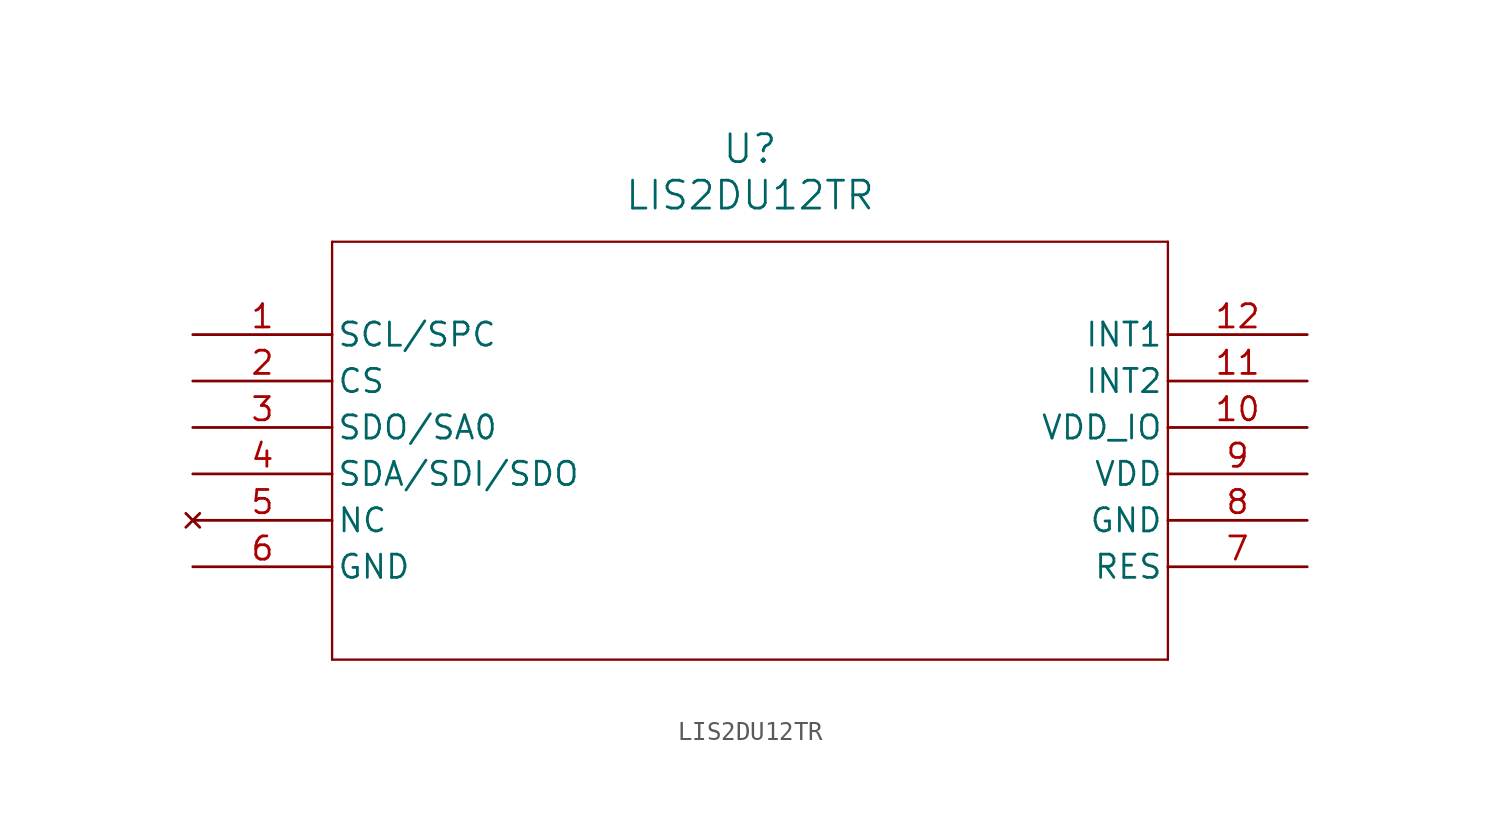
<source format=kicad_sym>
(kicad_symbol_lib
  (version 20211014)
  (generator kicad_symbol_editor)
  (symbol "LIS2DU12TR"
    (pin_names
      (offset 0.254))
    (property "Reference" "U"
      (at 30.48 10.16 0)
      (effects (font (size 1.524 1.524))))
    (property "Value" "LIS2DU12TR"
      (at 30.48 7.62 0)
      (effects (font (size 1.524 1.524))))
    (symbol "LIS2DU12TR_0_1"
      (polyline (pts (xy 7.62 5.08) (xy 7.62 -17.78)) (stroke (width 0.127) (type default) (color 0 0 0 0)) (fill (type none)))
      (polyline (pts (xy 7.62 -17.78) (xy 53.34 -17.78)) (stroke (width 0.127) (type default) (color 0 0 0 0)) (fill (type none)))
      (polyline (pts (xy 53.34 -17.78) (xy 53.34 5.08)) (stroke (width 0.127) (type default) (color 0 0 0 0)) (fill (type none)))
      (polyline (pts (xy 53.34 5.08) (xy 7.62 5.08)) (stroke (width 0.127) (type default) (color 0 0 0 0)) (fill (type none)))
      (pin unspecified line (at 0 0 0) (length 7.62) (name "SCL/SPC" (effects (font (size 1.27 1.27)))) (number "1" (effects (font (size 1.27 1.27)))))
      (pin unspecified line (at 0 -2.54 0) (length 7.62) (name "CS" (effects (font (size 1.27 1.27)))) (number "2" (effects (font (size 1.27 1.27)))))
      (pin output line (at 0 -5.08 0) (length 7.62) (name "SDO/SA0" (effects (font (size 1.27 1.27)))) (number "3" (effects (font (size 1.27 1.27)))))
      (pin bidirectional line (at 0 -7.62 0) (length 7.62) (name "SDA/SDI/SDO" (effects (font (size 1.27 1.27)))) (number "4" (effects (font (size 1.27 1.27)))))
      (pin no_connect line (at 0 -10.16 0) (length 7.62) (name "NC" (effects (font (size 1.27 1.27)))) (number "5" (effects (font (size 1.27 1.27)))))
      (pin power_out line (at 0 -12.7 0) (length 7.62) (name "GND" (effects (font (size 1.27 1.27)))) (number "6" (effects (font (size 1.27 1.27)))))
      (pin power_out line (at 60.96 -12.7 180) (length 7.62) (name "RES" (effects (font (size 1.27 1.27)))) (number "7" (effects (font (size 1.27 1.27)))))
      (pin power_out line (at 60.96 -10.16 180) (length 7.62) (name "GND" (effects (font (size 1.27 1.27)))) (number "8" (effects (font (size 1.27 1.27)))))
      (pin power_in line (at 60.96 -7.62 180) (length 7.62) (name "VDD" (effects (font (size 1.27 1.27)))) (number "9" (effects (font (size 1.27 1.27)))))
      (pin power_in line (at 60.96 -5.08 180) (length 7.62) (name "VDD_IO" (effects (font (size 1.27 1.27)))) (number "10" (effects (font (size 1.27 1.27)))))
      (pin input line (at 60.96 -2.54 180) (length 7.62) (name "INT2" (effects (font (size 1.27 1.27)))) (number "11" (effects (font (size 1.27 1.27)))))
      (pin input line (at 60.96 0 180) (length 7.62) (name "INT1" (effects (font (size 1.27 1.27)))) (number "12" (effects (font (size 1.27 1.27))))))))
</source>
